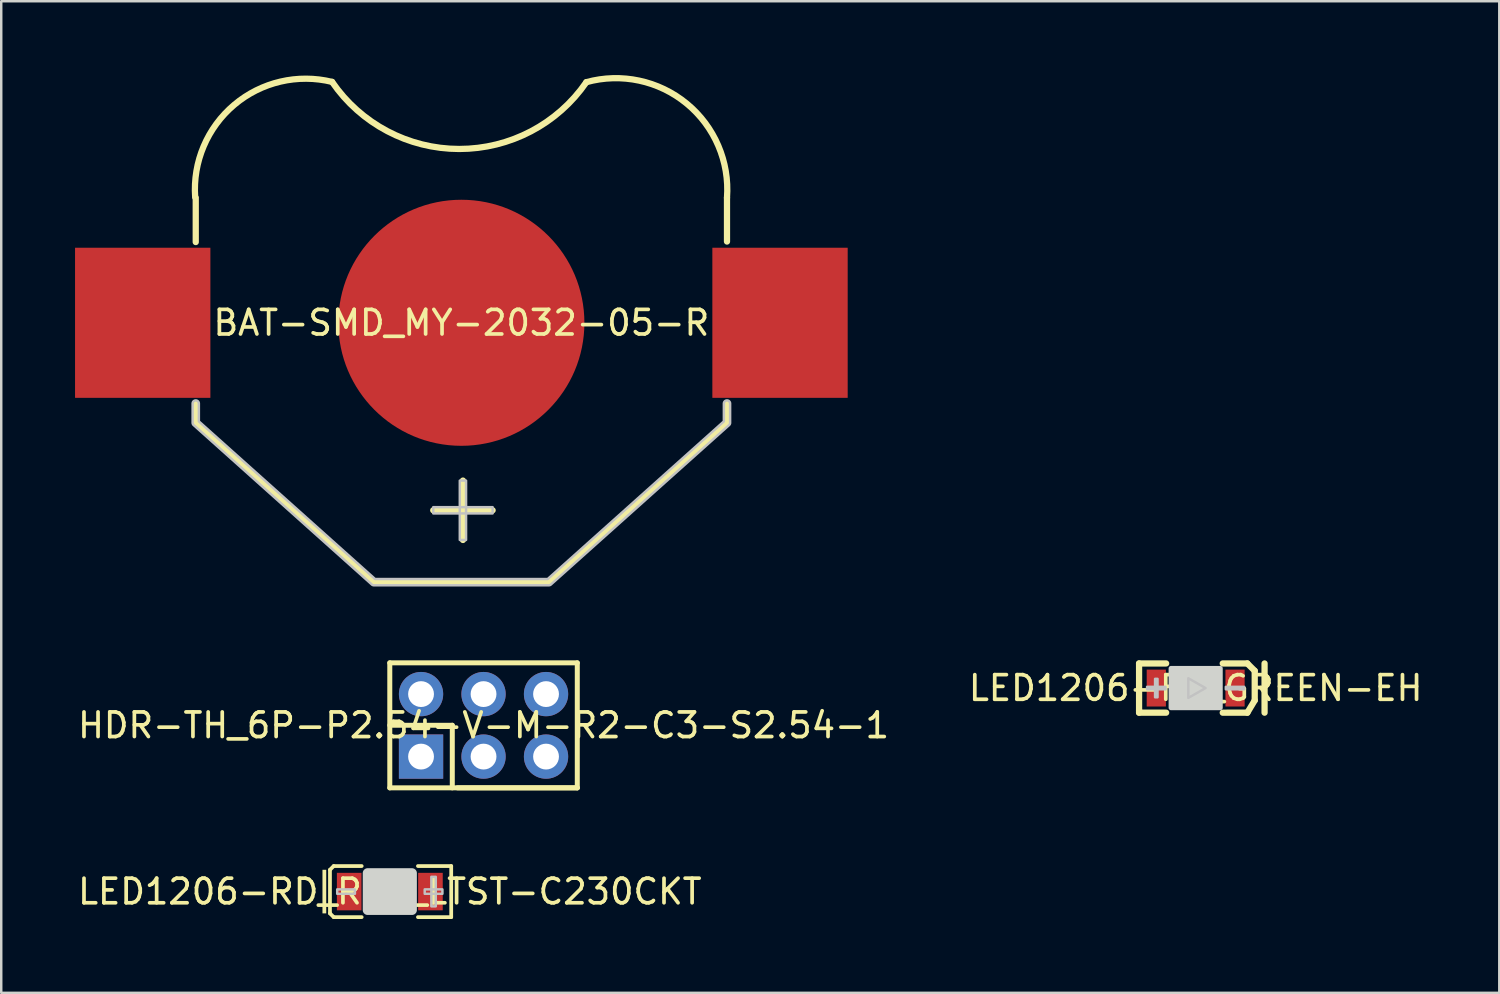
<source format=kicad_pcb>
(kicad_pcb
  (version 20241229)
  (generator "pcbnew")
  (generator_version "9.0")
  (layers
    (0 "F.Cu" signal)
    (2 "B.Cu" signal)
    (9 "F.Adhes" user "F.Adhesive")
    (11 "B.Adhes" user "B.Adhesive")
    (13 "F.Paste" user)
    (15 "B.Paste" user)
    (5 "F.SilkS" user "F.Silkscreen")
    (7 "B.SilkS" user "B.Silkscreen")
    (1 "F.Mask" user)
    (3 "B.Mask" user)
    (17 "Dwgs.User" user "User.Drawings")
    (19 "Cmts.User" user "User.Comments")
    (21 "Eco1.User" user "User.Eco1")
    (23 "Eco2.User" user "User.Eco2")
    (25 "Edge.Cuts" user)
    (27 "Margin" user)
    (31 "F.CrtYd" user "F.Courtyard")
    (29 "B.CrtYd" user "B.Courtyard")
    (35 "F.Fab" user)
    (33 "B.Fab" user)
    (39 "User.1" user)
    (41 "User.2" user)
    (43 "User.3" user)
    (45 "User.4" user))
  (footprint "LED1206-RD_RED_LTST-C230CKT"
    (layer "F.Cu")
    (at 12.792 33.184)
    (property "Reference" "LED1206-RD_RED_LTST-C230CKT" (at 0 0 0) (layer "F.SilkS") (effects (font (size 1 1) (thickness 0.15))))
    (fp_line (start -2.432 -0.886) (end -2.28 -1.038) (stroke (width 0.152) (type default)) (layer "F.SilkS"))
    (fp_line (start -2.432 0.886) (end -2.432 -0.886) (stroke (width 0.152) (type default)) (layer "F.SilkS"))
    (fp_line (start -2.28 -1.038) (end -1.143 -1.038) (stroke (width 0.152) (type default)) (layer "F.SilkS"))
    (fp_line (start -2.28 1.038) (end -2.432 0.886) (stroke (width 0.152) (type default)) (layer "F.SilkS"))
    (fp_line (start -2.28 1.038) (end -1.143 1.038) (stroke (width 0.152) (type default)) (layer "F.SilkS"))
    (fp_line (start 2.495 -1.038) (end 1.143 -1.038) (stroke (width 0.152) (type default)) (layer "F.SilkS"))
    (fp_line (start 2.495 1.038) (end 1.143 1.038) (stroke (width 0.152) (type default)) (layer "F.SilkS"))
    (fp_line (start 2.495 1.038) (end 2.495 -1.038) (stroke (width 0.152) (type default)) (layer "F.SilkS"))
    (fp_poly (pts (xy -2.584 0.886) (xy -2.584 -0.886) (xy -2.737 -0.886) (xy -2.737 0.886)) (stroke (width 0) (type default)) (fill yes) (layer "F.SilkS"))
    (fp_poly (pts (xy -2.138 0.09) (xy -2.138 -0.09) (xy -1.418 -0.09) (xy -1.418 0.09)) (stroke (width 0.1) (type default)) (fill no) (layer "Dwgs.User"))
    (fp_poly (pts (xy 1.868 0.6) (xy 1.868 -0.6) (xy 1.688 -0.6) (xy 1.688 0.6)) (stroke (width 0.1) (type default)) (fill no) (layer "Dwgs.User"))
    (fp_poly (pts (xy 2.138 0.09) (xy 2.138 -0.09) (xy 1.418 -0.09) (xy 1.418 0.09)) (stroke (width 0.1) (type default)) (fill no) (layer "Dwgs.User"))
    (fp_poly (pts (arc (start 0.9 -0.95) (mid 1.041421 -0.891421) (end 1.1 -0.75)) (arc (start 1.1 0.75) (mid 1.041421 0.891421) (end 0.9 0.95)) (arc (start -0.9 0.95) (mid -1.041421 0.891421) (end -1.1 0.75)) (arc (start -1.1 -0.75) (mid -1.041421 -0.891421) (end -0.9 -0.95))) (stroke (width 0) (type default)) (fill yes) (layer "Edge.Cuts"))
    (fp_poly (pts (xy -1.6 -0.8) (xy -0.75 -0.8) (xy -0.75 0.8) (xy -1.6 0.8)) (stroke (width 0.1) (type default)) (fill no) (layer "User.1"))
    (fp_poly (pts (xy 0.75 -0.8) (xy 1.6 -0.8) (xy 1.6 0.8) (xy 0.75 0.8)) (stroke (width 0.1) (type default)) (fill no) (layer "User.1"))
    (fp_line (start -1.6 -0.8) (end 1.6 -0.8) (stroke (width 0.051) (type default)) (layer "User.2"))
    (fp_line (start -1.6 0.8) (end -1.6 -0.8) (stroke (width 0.051) (type default)) (layer "User.2"))
    (fp_line (start 1.6 -0.8) (end 1.6 0.8) (stroke (width 0.051) (type default)) (layer "User.2"))
    (fp_line (start 1.6 0.8) (end -1.6 0.8) (stroke (width 0.051) (type default)) (layer "User.2"))
    (fp_poly (pts (xy -1.54 0.8) (xy -1.558 0.758) (xy -1.6 0.74) (xy -1.642 0.758) (xy -1.66 0.8) (xy -1.642 0.842) (xy -1.6 0.86) (xy -1.558 0.842)) (stroke (width 0.1) (type default)) (fill no) (layer "User.3"))
    (pad "1" smd rect (at -1.651 0) (size 1 1.524) (layers "F.Cu" "F.Mask" "F.Paste"))
    (pad "2" smd rect (at 1.651 0) (size 1 1.524) (layers "F.Cu" "F.Mask" "F.Paste")))
  (footprint "LED1206-FD_GREEN-EH"
    (layer "F.Cu")
    (at 45.542 24.913)
    (property "Reference" "LED1206-FD_GREEN-EH" (at 0 0 0) (layer "F.SilkS") (effects (font (size 1 1) (thickness 0.15))))
    (fp_line (start -2.3 -1) (end -2.3 0.9) (stroke (width 0.254) (type default)) (layer "F.SilkS"))
    (fp_line (start -2.3 0.9) (end -2.3 1) (stroke (width 0.254) (type default)) (layer "F.SilkS"))
    (fp_line (start -2.3 1) (end -1.2 1) (stroke (width 0.254) (type default)) (layer "F.SilkS"))
    (fp_line (start -1.2 -1) (end -2.3 -1) (stroke (width 0.254) (type default)) (layer "F.SilkS"))
    (fp_line (start 1.1 -1) (end 2.1 -1) (stroke (width 0.254) (type default)) (layer "F.SilkS"))
    (fp_line (start 2.1 -1) (end 2.4 -0.7) (stroke (width 0.254) (type default)) (layer "F.SilkS"))
    (fp_line (start 2.1 1) (end 1.1 1.001) (stroke (width 0.254) (type default)) (layer "F.SilkS"))
    (fp_line (start 2.4 -0.7) (end 2.4 0.5) (stroke (width 0.254) (type default)) (layer "F.SilkS"))
    (fp_line (start 2.401 0.5) (end 2.1 1.001) (stroke (width 0.254) (type default)) (layer "F.SilkS"))
    (fp_line (start 2.8 -1) (end 2.8 1) (stroke (width 0.254) (type default)) (layer "F.SilkS"))
    (fp_poly (pts (xy -0.3 -0.4) (xy -0.3 0.4) (xy 0.4 0)) (stroke (width 0) (type default)) (fill yes) (layer "F.SilkS"))
    (fp_poly (pts (xy -0.3 -0.4) (xy -0.3 0.4) (xy 0.4 0)) (stroke (width 0.1) (type default)) (fill no) (layer "Dwgs.User"))
    (fp_poly (pts (xy -1.975 -0.05) (xy -1.975 0.05) (xy -1.225 0.05) (xy -1.225 -0.05)) (stroke (width 0.1) (type default)) (fill no) (layer "Dwgs.User"))
    (fp_poly (pts (xy -1.65 0.375) (xy -1.55 0.375) (xy -1.55 -0.375) (xy -1.65 -0.375)) (stroke (width 0.1) (type default)) (fill no) (layer "Dwgs.User"))
    (fp_poly (pts (xy 1.225 -0.05) (xy 1.225 0.05) (xy 1.975 0.05) (xy 1.975 -0.05)) (stroke (width 0.1) (type default)) (fill no) (layer "Dwgs.User"))
    (fp_poly (pts (xy 0 0.9) (arc (start 1 0.9) (mid 1.070711 0.870711) (end 1.1 0.8)) (arc (start 1.1 -0.8) (mid 1.070711 -0.870711) (end 1 -0.9)) (arc (start -1 -0.9) (mid -1.070711 -0.870711) (end -1.1 -0.8)) (arc (start -1.1 0.8) (mid -1.070711 0.870711) (end -1 0.9))) (stroke (width 0) (type default)) (fill yes) (layer "Edge.Cuts"))
    (fp_poly (pts (xy -1.6 -0.65) (xy -0.9 -0.65) (xy -0.9 0.65) (xy -1.6 0.65)) (stroke (width 0.1) (type default)) (fill no) (layer "User.1"))
    (fp_poly (pts (xy 0.9 -0.65) (xy 1.6 -0.65) (xy 1.6 0.65) (xy 0.9 0.65)) (stroke (width 0.1) (type default)) (fill no) (layer "User.1"))
    (fp_line (start -1.6 -0.75) (end 1.6 -0.75) (stroke (width 0.051) (type default)) (layer "User.2"))
    (fp_line (start -1.6 0.75) (end -1.6 -0.75) (stroke (width 0.051) (type default)) (layer "User.2"))
    (fp_line (start 1.6 -0.75) (end 1.6 0.75) (stroke (width 0.051) (type default)) (layer "User.2"))
    (fp_line (start 1.6 0.75) (end -1.6 0.75) (stroke (width 0.051) (type default)) (layer "User.2"))
    (fp_poly (pts (xy -1.54 0.75) (xy -1.558 0.708) (xy -1.6 0.69) (xy -1.642 0.708) (xy -1.66 0.75) (xy -1.642 0.792) (xy -1.6 0.81) (xy -1.558 0.792)) (stroke (width 0.1) (type default)) (fill no) (layer "User.3"))
    (pad "1" smd rect (at -1.6 0) (size 0.78 1.5) (layers "F.Cu" "F.Mask" "F.Paste"))
    (pad "2" smd rect (at 1.6 0) (size 0.78 1.5) (layers "F.Cu" "F.Mask" "F.Paste")))
  (footprint "BAT-SMD_MY-2032-05-R"
    (layer "F.Cu")
    (at 15.7 10.068)
    (property "Reference" "BAT-SMD_MY-2032-05-R" (at 0 0 0) (layer "F.SilkS") (effects (font (size 1 1) (thickness 0.15))))
    (fp_line (start -10.795 -3.281) (end -10.795 -5.08) (stroke (width 0.254) (type default)) (layer "F.SilkS"))
    (fp_line (start -10.795 3.281) (end -10.795 4.064) (stroke (width 0.254) (type default)) (layer "F.SilkS"))
    (fp_line (start -10.795 4.064) (end -3.556 10.541) (stroke (width 0.254) (type default)) (layer "F.SilkS"))
    (fp_line (start -3.556 10.541) (end 3.556 10.541) (stroke (width 0.254) (type default)) (layer "F.SilkS"))
    (fp_line (start -1.143 7.62) (end 1.27 7.62) (stroke (width 0.254) (type default)) (layer "F.SilkS"))
    (fp_line (start 0.064 8.826) (end 0.064 6.413) (stroke (width 0.254) (type default)) (layer "F.SilkS"))
    (fp_line (start 3.556 10.541) (end 10.795 4.064) (stroke (width 0.254) (type default)) (layer "F.SilkS"))
    (fp_line (start 10.795 -3.302) (end 10.795 -5.08) (stroke (width 0.254) (type default)) (layer "F.SilkS"))
    (fp_line (start 10.795 4.064) (end 10.795 3.281) (stroke (width 0.254) (type default)) (layer "F.SilkS"))
    (fp_arc (start -10.8185 -5.1035) (mid -9.227121 -8.861233) (end -5.2535 -9.79) (stroke (width 0.254) (type default)) (layer "F.SilkS"))
    (fp_arc (start 5.08 -9.779) (mid -0.089657 -7.063731) (end -5.2535 -9.79) (stroke (width 0.254) (type default)) (layer "F.SilkS"))
    (fp_arc (start 5.08 -9.779) (mid 9.155441 -8.910894) (end 10.795 -5.08) (stroke (width 0.254) (type default)) (layer "F.SilkS"))
    (fp_poly (pts (xy -1.143 7.493) (xy -1.143 7.747) (xy 1.27 7.747) (xy 1.27 7.493)) (stroke (width 0.1) (type default)) (fill no) (layer "Dwgs.User"))
    (fp_poly (pts (xy -0.064 8.826) (xy 0.191 8.826) (xy 0.191 6.413) (xy -0.064 6.413)) (stroke (width 0.1) (type default)) (fill no) (layer "Dwgs.User"))
    (fp_poly (pts (arc (start -10.922 3.2815) (mid -10.795 3.1545) (end -10.668 3.2815)) (xy -10.668 4.007) (xy -3.507 10.414) (xy 3.507 10.414) (xy 10.668 4.007) (arc (start 10.668 3.2815) (mid 10.795 3.1545) (end 10.922 3.2815)) (arc (start 10.922 4.064) (mid 10.910931 4.115855) (end 10.8795 4.1585)) (arc (start 3.6405 10.6355) (mid 3.601226 10.659428) (end 3.556 10.668)) (arc (start -3.556 10.668) (mid -3.601308 10.659643) (end -3.6405 10.6355)) (arc (start -10.8795 4.1585) (mid -10.910721 4.115761) (end -10.922 4.064))) (stroke (width 0.1) (type default)) (fill no) (layer "Dwgs.User"))
    (fp_poly (pts (xy -15.2 -2.55) (xy -10.6 -2.55) (xy -10.6 2.55) (xy -15.2 2.55)) (stroke (width 0.1) (type default)) (fill no) (layer "User.1"))
    (fp_poly (pts (xy 10.6 -2.55) (xy 15.2 -2.55) (xy 15.2 2.55) (xy 10.6 2.55)) (stroke (width 0.1) (type default)) (fill no) (layer "User.1"))
    (fp_poly (pts (xy 5 0) (xy 4.98 -0.448) (xy 4.92 -0.893) (xy 4.82 -1.33) (xy 4.681 -1.757) (xy 4.505 -2.169) (xy 4.292 -2.564) (xy 4.045 -2.939) (xy 3.765 -3.29) (xy 3.455 -3.614) (xy 3.117 -3.909) (xy 2.754 -4.173) (xy 2.369 -4.403) (xy 1.965 -4.598) (xy 1.545 -4.755) (xy 1.113 -4.875) (xy 0.671 -4.955) (xy 0.224 -4.995) (xy -0.224 -4.995) (xy -0.671 -4.955) (xy -1.113 -4.875) (xy -1.545 -4.755) (xy -1.965 -4.598) (xy -2.369 -4.403) (xy -2.754 -4.173) (xy -3.117 -3.909) (xy -3.455 -3.614) (xy -3.765 -3.29) (xy -4.045 -2.939) (xy -4.292 -2.564) (xy -4.505 -2.169) (xy -4.681 -1.757) (xy -4.82 -1.33) (xy -4.92 -0.893) (xy -4.98 -0.448) (xy -5 0) (xy -4.98 0.448) (xy -4.92 0.893) (xy -4.82 1.33) (xy -4.681 1.757) (xy -4.505 2.169) (xy -4.292 2.564) (xy -4.045 2.939) (xy -3.765 3.29) (xy -3.455 3.614) (xy -3.117 3.909) (xy -2.754 4.173) (xy -2.369 4.403) (xy -1.965 4.598) (xy -1.545 4.755) (xy -1.113 4.875) (xy -0.671 4.955) (xy -0.224 4.995) (xy 0.224 4.995) (xy 0.671 4.955) (xy 1.113 4.875) (xy 1.545 4.755) (xy 1.965 4.598) (xy 2.369 4.403) (xy 2.754 4.173) (xy 3.117 3.909) (xy 3.455 3.614) (xy 3.765 3.29) (xy 4.045 2.939) (xy 4.292 2.564) (xy 4.505 2.169) (xy 4.681 1.757) (xy 4.82 1.33) (xy 4.92 0.893) (xy 4.98 0.448)) (stroke (width 0.1) (type default)) (fill no) (layer "User.1"))
    (fp_line (start -10.7 -9.85) (end 10.7 -9.85) (stroke (width 0.051) (type default)) (layer "User.2"))
    (fp_line (start -10.7 4) (end -10.7 -9.85) (stroke (width 0.051) (type default)) (layer "User.2"))
    (fp_line (start -3.5 10.45) (end -10.7 4) (stroke (width 0.051) (type default)) (layer "User.2"))
    (fp_line (start 3.5 10.45) (end -3.5 10.45) (stroke (width 0.051) (type default)) (layer "User.2"))
    (fp_line (start 10.7 -9.85) (end 10.7 4) (stroke (width 0.051) (type default)) (layer "User.2"))
    (fp_line (start 10.7 4) (end 3.5 10.45) (stroke (width 0.051) (type default)) (layer "User.2"))
    (fp_poly (pts (xy -15.14 10.45) (xy -15.158 10.408) (xy -15.2 10.39) (xy -15.242 10.408) (xy -15.26 10.45) (xy -15.242 10.492) (xy -15.2 10.51) (xy -15.158 10.492)) (stroke (width 0.1) (type default)) (fill no) (layer "User.3"))
    (pad "1" smd rect (at -12.95 0) (size 5.5 6.1) (layers "F.Cu" "F.Mask" "F.Paste"))
    (pad "1" smd rect (at 12.95 0) (size 5.5 6.1) (layers "F.Cu" "F.Mask" "F.Paste"))
    (pad "2" smd circle (at 0 0) (size 10 10) (layers "F.Cu" "F.Mask" "F.Paste")))
  (footprint "HDR-TH_6P-P2.54-V-M-R2-C3-S2.54-1"
    (layer "F.Cu")
    (at 16.601 26.428)
    (property "Reference" "HDR-TH_6P-P2.54-V-M-R2-C3-S2.54-1" (at 0 0 0) (layer "F.SilkS") (effects (font (size 1 1) (thickness 0.15))))
    (fp_line (start -3.81 -2.54) (end -3.81 2.54) (stroke (width 0.203) (type default)) (layer "F.SilkS"))
    (fp_line (start -3.81 -0.003) (end -1.27 -0.003) (stroke (width 0.203) (type default)) (layer "F.SilkS"))
    (fp_line (start -3.81 2.54) (end 3.81 2.54) (stroke (width 0.203) (type default)) (layer "F.SilkS"))
    (fp_line (start -1.27 -0.003) (end -1.27 2.54) (stroke (width 0.203) (type default)) (layer "F.SilkS"))
    (fp_line (start 3.81 -2.54) (end -3.81 -2.54) (stroke (width 0.203) (type default)) (layer "F.SilkS"))
    (fp_line (start 3.81 2.54) (end -1.058 2.54) (stroke (width 0.203) (type default)) (layer "F.SilkS"))
    (fp_line (start 3.81 2.54) (end 3.81 -2.54) (stroke (width 0.203) (type default)) (layer "F.SilkS"))
    (fp_poly (pts (xy -2.86 -1.59) (xy -2.22 -1.59) (xy -2.22 -0.95) (xy -2.86 -0.95)) (stroke (width 0.1) (type default)) (fill no) (layer "User.1"))
    (fp_poly (pts (xy -2.86 0.95) (xy -2.22 0.95) (xy -2.22 1.59) (xy -2.86 1.59)) (stroke (width 0.1) (type default)) (fill no) (layer "User.1"))
    (fp_poly (pts (xy -0.32 -1.59) (xy 0.32 -1.59) (xy 0.32 -0.95) (xy -0.32 -0.95)) (stroke (width 0.1) (type default)) (fill no) (layer "User.1"))
    (fp_poly (pts (xy -0.32 0.95) (xy 0.32 0.95) (xy 0.32 1.59) (xy -0.32 1.59)) (stroke (width 0.1) (type default)) (fill no) (layer "User.1"))
    (fp_poly (pts (xy 2.22 -1.59) (xy 2.86 -1.59) (xy 2.86 -0.95) (xy 2.22 -0.95)) (stroke (width 0.1) (type default)) (fill no) (layer "User.1"))
    (fp_poly (pts (xy 2.22 0.95) (xy 2.86 0.95) (xy 2.86 1.59) (xy 2.22 1.59)) (stroke (width 0.1) (type default)) (fill no) (layer "User.1"))
    (fp_line (start -3.81 -2.5) (end 3.81 -2.5) (stroke (width 0.051) (type default)) (layer "User.2"))
    (fp_line (start -3.81 2.5) (end -3.81 -2.5) (stroke (width 0.051) (type default)) (layer "User.2"))
    (fp_line (start 3.81 -2.5) (end 3.81 2.5) (stroke (width 0.051) (type default)) (layer "User.2"))
    (fp_line (start 3.81 2.5) (end -3.81 2.5) (stroke (width 0.051) (type default)) (layer "User.2"))
    (fp_poly (pts (xy -3.75 2.5) (xy -3.768 2.458) (xy -3.81 2.44) (xy -3.852 2.458) (xy -3.87 2.5) (xy -3.852 2.542) (xy -3.81 2.56) (xy -3.768 2.542)) (stroke (width 0.1) (type default)) (fill no) (layer "User.3"))
    (pad "1" thru_hole rect (at -2.54 1.27) (size 1.8 1.8) (drill 1.05) (layers "*.Cu" "*.Mask"))
    (pad "2" thru_hole circle (at -2.54 -1.27) (size 1.8 1.8) (drill 1.05) (layers "*.Cu" "*.Mask"))
    (pad "3" thru_hole circle (at 0 1.27) (size 1.8 1.8) (drill 1.05) (layers "*.Cu" "*.Mask"))
    (pad "4" thru_hole circle (at 0 -1.27) (size 1.8 1.8) (drill 1.05) (layers "*.Cu" "*.Mask"))
    (pad "5" thru_hole circle (at 2.54 1.27) (size 1.8 1.8) (drill 1.05) (layers "*.Cu" "*.Mask"))
    (pad "6" thru_hole circle (at 2.54 -1.27) (size 1.8 1.8) (drill 1.05) (layers "*.Cu" "*.Mask")))
  (gr_rect
    (start -3 -3)
    (end 57.881 37.299)
    (stroke (width 0.1) (type default))
    (fill no)
    (layer "Edge.Cuts")))
</source>
